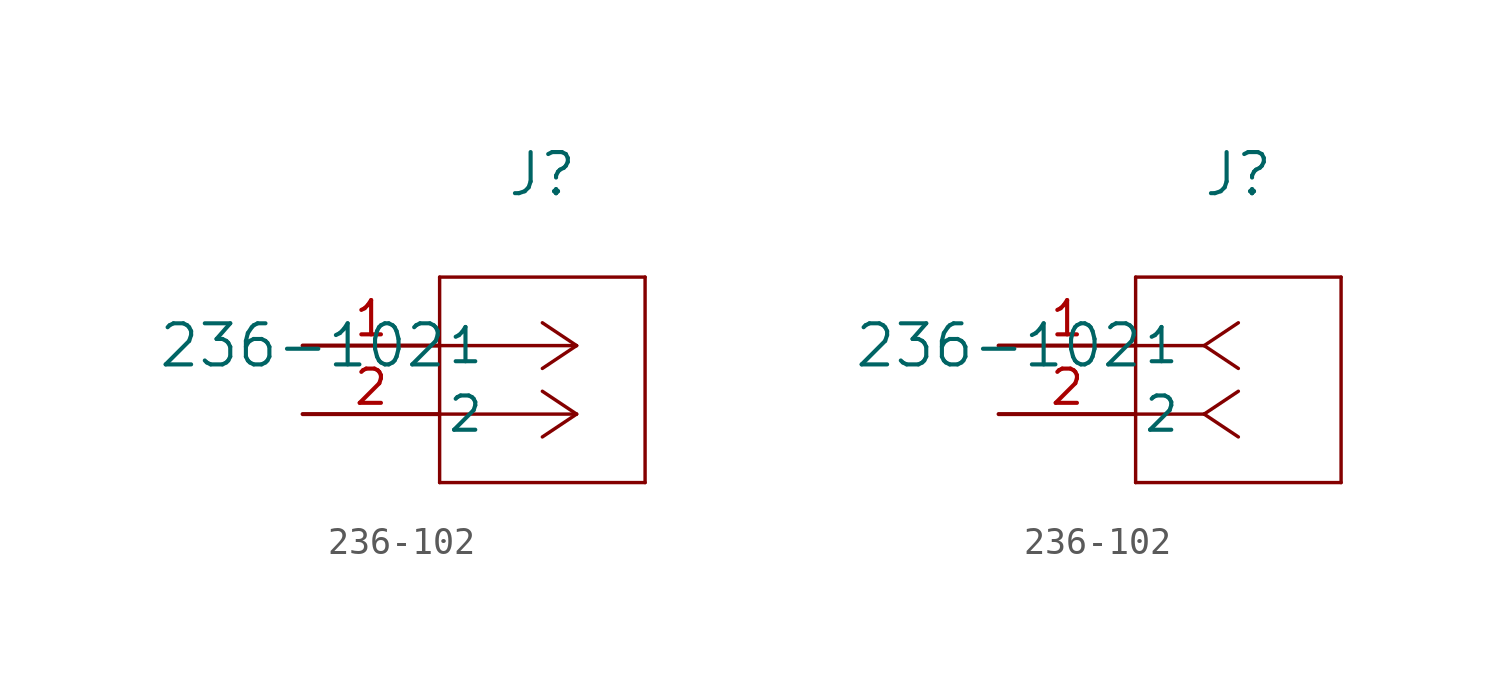
<source format=kicad_sym>
(kicad_symbol_lib
  (version 20211014)
  (generator kicad_symbol_editor)
  (symbol "236-102"
    (pin_names
      (offset 0.254))
    (property "Reference" "J"
      (at 8.89 6.35 0)
      (effects (font (size 1.524 1.524))))
    (property "Value" "236-102"
      (at 0 0 0)
      (effects (font (size 1.524 1.524))))
    (symbol "236-102_1_1"
      (polyline (pts (xy 10.16 0) (xy 5.08 0)) (stroke (width 0.127) (type default) (color 0 0 0 0)) (fill (type none)))
      (polyline (pts (xy 10.16 -2.54) (xy 5.08 -2.54)) (stroke (width 0.127) (type default) (color 0 0 0 0)) (fill (type none)))
      (polyline (pts (xy 10.16 0) (xy 8.89 0.847)) (stroke (width 0.127) (type default) (color 0 0 0 0)) (fill (type none)))
      (polyline (pts (xy 10.16 -2.54) (xy 8.89 -1.693)) (stroke (width 0.127) (type default) (color 0 0 0 0)) (fill (type none)))
      (polyline (pts (xy 10.16 0) (xy 8.89 -0.847)) (stroke (width 0.127) (type default) (color 0 0 0 0)) (fill (type none)))
      (polyline (pts (xy 10.16 -2.54) (xy 8.89 -3.387)) (stroke (width 0.127) (type default) (color 0 0 0 0)) (fill (type none)))
      (polyline (pts (xy 5.08 2.54) (xy 5.08 -5.08)) (stroke (width 0.127) (type default) (color 0 0 0 0)) (fill (type none)))
      (polyline (pts (xy 5.08 -5.08) (xy 12.7 -5.08)) (stroke (width 0.127) (type default) (color 0 0 0 0)) (fill (type none)))
      (polyline (pts (xy 12.7 -5.08) (xy 12.7 2.54)) (stroke (width 0.127) (type default) (color 0 0 0 0)) (fill (type none)))
      (polyline (pts (xy 12.7 2.54) (xy 5.08 2.54)) (stroke (width 0.127) (type default) (color 0 0 0 0)) (fill (type none)))
      (pin unspecified line (at 0 0 0) (length 5.08) (name "1" (effects (font (size 1.27 1.27)))) (number "1" (effects (font (size 1.27 1.27)))))
      (pin unspecified line (at 0 -2.54 0) (length 5.08) (name "2" (effects (font (size 1.27 1.27)))) (number "2" (effects (font (size 1.27 1.27))))))
    (symbol "236-102_1_2"
      (polyline (pts (xy 7.62 0) (xy 5.08 0)) (stroke (width 0.127) (type default) (color 0 0 0 0)) (fill (type none)))
      (polyline (pts (xy 7.62 -2.54) (xy 5.08 -2.54)) (stroke (width 0.127) (type default) (color 0 0 0 0)) (fill (type none)))
      (polyline (pts (xy 7.62 0) (xy 8.89 0.847)) (stroke (width 0.127) (type default) (color 0 0 0 0)) (fill (type none)))
      (polyline (pts (xy 7.62 -2.54) (xy 8.89 -1.693)) (stroke (width 0.127) (type default) (color 0 0 0 0)) (fill (type none)))
      (polyline (pts (xy 7.62 0) (xy 8.89 -0.847)) (stroke (width 0.127) (type default) (color 0 0 0 0)) (fill (type none)))
      (polyline (pts (xy 7.62 -2.54) (xy 8.89 -3.387)) (stroke (width 0.127) (type default) (color 0 0 0 0)) (fill (type none)))
      (polyline (pts (xy 5.08 2.54) (xy 5.08 -5.08)) (stroke (width 0.127) (type default) (color 0 0 0 0)) (fill (type none)))
      (polyline (pts (xy 5.08 -5.08) (xy 12.7 -5.08)) (stroke (width 0.127) (type default) (color 0 0 0 0)) (fill (type none)))
      (polyline (pts (xy 12.7 -5.08) (xy 12.7 2.54)) (stroke (width 0.127) (type default) (color 0 0 0 0)) (fill (type none)))
      (polyline (pts (xy 12.7 2.54) (xy 5.08 2.54)) (stroke (width 0.127) (type default) (color 0 0 0 0)) (fill (type none)))
      (pin unspecified line (at 0 0 0) (length 5.08) (name "1" (effects (font (size 1.27 1.27)))) (number "1" (effects (font (size 1.27 1.27)))))
      (pin unspecified line (at 0 -2.54 0) (length 5.08) (name "2" (effects (font (size 1.27 1.27)))) (number "2" (effects (font (size 1.27 1.27))))))))
</source>
